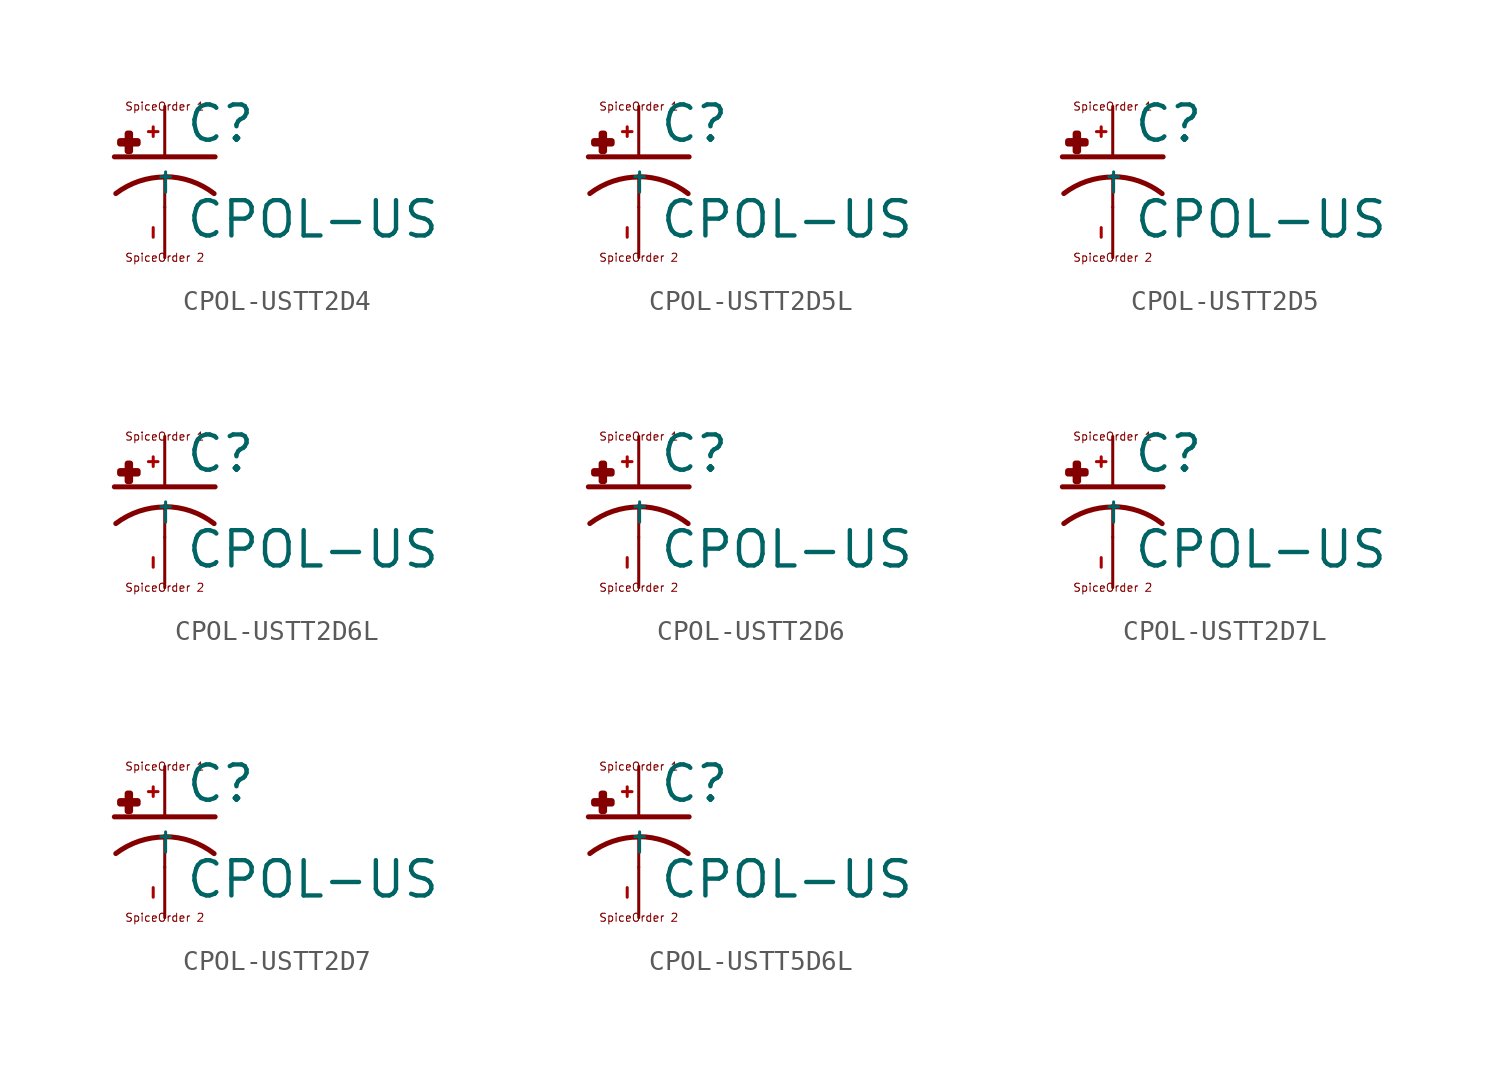
<source format=kicad_sym>
(kicad_symbol_lib
  (version 20220914)
  (generator Eagle2Kicad)
  (symbol "CPOL-USTT2D4"
    (property "Reference" "C"
      (at 1.016 0.635 0)
      (effects (font (size 1.778 1.778) (thickness 0.22)) (justify left bottom)))
    (property "Value" "CPOL-US"
      (at 1.016 -4.191 0)
      (effects (font (size 1.778 1.778) (thickness 0.22)) (justify left bottom)))
    (polyline
      (pts (xy -2.54 0) (xy 2.54 0))
      (stroke (width 0.254) (type default))
      (fill (type none)))
    (polyline
      (pts (xy 0 -1.016) (xy 0 -2.54))
      (stroke (width 0.152) (type default))
      (fill (type none)))
    (arc
      (start 2.4892 -1.8542)
      (mid 1.316 -1.220)
      (end 0 -1)
      (stroke (width 0.254) (type default))
      (fill (type none)))
    (arc
      (start 0 -1.0161)
      (mid -1.302 -1.230)
      (end -2.4669 -1.8504)
      (stroke (width 0.254) (type default))
      (fill (type none)))
    (text "SpiceOrder 1"
      (at 0 2.54 0)
      (effects (font (size 0.406 0.406) (thickness 0.05))))
    (text "SpiceOrder 2"
      (at 0 -5.08 0)
      (effects (font (size 0.406 0.406) (thickness 0.05))))
    (rectangle
      (start -2.253 0.668)
      (end -1.364 0.795)
      (stroke (width 0.3) (type default))
      (fill (type outline)))
    (rectangle
      (start -1.872 0.287)
      (end -1.745 1.176)
      (stroke (width 0.3) (type default))
      (fill (type outline)))
    (pin passive line
      (at 0 2.54 270)
      (length 2.54)
      (name "+" (effects (font (size 0.635 0.635) (thickness 0.08)) (justify left bottom)))
      (number "+" (effects (font (size 0.635 0.635) (thickness 0.08)) (justify left bottom))))
    (pin passive line
      (at 0 -5.08 90)
      (length 2.54)
      (name "-" (effects (font (size 0.635 0.635) (thickness 0.08)) (justify left bottom)))
      (number "-" (effects (font (size 0.635 0.635) (thickness 0.08)) (justify left bottom)))))
  (symbol "CPOL-USTT2D5L"
    (property "Reference" "C"
      (at 1.016 0.635 0)
      (effects (font (size 1.778 1.778) (thickness 0.22)) (justify left bottom)))
    (property "Value" "CPOL-US"
      (at 1.016 -4.191 0)
      (effects (font (size 1.778 1.778) (thickness 0.22)) (justify left bottom)))
    (polyline
      (pts (xy -2.54 0) (xy 2.54 0))
      (stroke (width 0.254) (type default))
      (fill (type none)))
    (polyline
      (pts (xy 0 -1.016) (xy 0 -2.54))
      (stroke (width 0.152) (type default))
      (fill (type none)))
    (arc
      (start 2.4892 -1.8542)
      (mid 1.316 -1.220)
      (end 0 -1)
      (stroke (width 0.254) (type default))
      (fill (type none)))
    (arc
      (start 0 -1.0161)
      (mid -1.302 -1.230)
      (end -2.4669 -1.8504)
      (stroke (width 0.254) (type default))
      (fill (type none)))
    (text "SpiceOrder 1"
      (at 0 2.54 0)
      (effects (font (size 0.406 0.406) (thickness 0.05))))
    (text "SpiceOrder 2"
      (at 0 -5.08 0)
      (effects (font (size 0.406 0.406) (thickness 0.05))))
    (rectangle
      (start -2.253 0.668)
      (end -1.364 0.795)
      (stroke (width 0.3) (type default))
      (fill (type outline)))
    (rectangle
      (start -1.872 0.287)
      (end -1.745 1.176)
      (stroke (width 0.3) (type default))
      (fill (type outline)))
    (pin passive line
      (at 0 2.54 270)
      (length 2.54)
      (name "+" (effects (font (size 0.635 0.635) (thickness 0.08)) (justify left bottom)))
      (number "+" (effects (font (size 0.635 0.635) (thickness 0.08)) (justify left bottom))))
    (pin passive line
      (at 0 -5.08 90)
      (length 2.54)
      (name "-" (effects (font (size 0.635 0.635) (thickness 0.08)) (justify left bottom)))
      (number "-" (effects (font (size 0.635 0.635) (thickness 0.08)) (justify left bottom)))))
  (symbol "CPOL-USTT2D5"
    (property "Reference" "C"
      (at 1.016 0.635 0)
      (effects (font (size 1.778 1.778) (thickness 0.22)) (justify left bottom)))
    (property "Value" "CPOL-US"
      (at 1.016 -4.191 0)
      (effects (font (size 1.778 1.778) (thickness 0.22)) (justify left bottom)))
    (polyline
      (pts (xy -2.54 0) (xy 2.54 0))
      (stroke (width 0.254) (type default))
      (fill (type none)))
    (polyline
      (pts (xy 0 -1.016) (xy 0 -2.54))
      (stroke (width 0.152) (type default))
      (fill (type none)))
    (arc
      (start 2.4892 -1.8542)
      (mid 1.316 -1.220)
      (end 0 -1)
      (stroke (width 0.254) (type default))
      (fill (type none)))
    (arc
      (start 0 -1.0161)
      (mid -1.302 -1.230)
      (end -2.4669 -1.8504)
      (stroke (width 0.254) (type default))
      (fill (type none)))
    (text "SpiceOrder 1"
      (at 0 2.54 0)
      (effects (font (size 0.406 0.406) (thickness 0.05))))
    (text "SpiceOrder 2"
      (at 0 -5.08 0)
      (effects (font (size 0.406 0.406) (thickness 0.05))))
    (rectangle
      (start -2.253 0.668)
      (end -1.364 0.795)
      (stroke (width 0.3) (type default))
      (fill (type outline)))
    (rectangle
      (start -1.872 0.287)
      (end -1.745 1.176)
      (stroke (width 0.3) (type default))
      (fill (type outline)))
    (pin passive line
      (at 0 2.54 270)
      (length 2.54)
      (name "+" (effects (font (size 0.635 0.635) (thickness 0.08)) (justify left bottom)))
      (number "+" (effects (font (size 0.635 0.635) (thickness 0.08)) (justify left bottom))))
    (pin passive line
      (at 0 -5.08 90)
      (length 2.54)
      (name "-" (effects (font (size 0.635 0.635) (thickness 0.08)) (justify left bottom)))
      (number "-" (effects (font (size 0.635 0.635) (thickness 0.08)) (justify left bottom)))))
  (symbol "CPOL-USTT2D6L"
    (property "Reference" "C"
      (at 1.016 0.635 0)
      (effects (font (size 1.778 1.778) (thickness 0.22)) (justify left bottom)))
    (property "Value" "CPOL-US"
      (at 1.016 -4.191 0)
      (effects (font (size 1.778 1.778) (thickness 0.22)) (justify left bottom)))
    (polyline
      (pts (xy -2.54 0) (xy 2.54 0))
      (stroke (width 0.254) (type default))
      (fill (type none)))
    (polyline
      (pts (xy 0 -1.016) (xy 0 -2.54))
      (stroke (width 0.152) (type default))
      (fill (type none)))
    (arc
      (start 2.4892 -1.8542)
      (mid 1.316 -1.220)
      (end 0 -1)
      (stroke (width 0.254) (type default))
      (fill (type none)))
    (arc
      (start 0 -1.0161)
      (mid -1.302 -1.230)
      (end -2.4669 -1.8504)
      (stroke (width 0.254) (type default))
      (fill (type none)))
    (text "SpiceOrder 1"
      (at 0 2.54 0)
      (effects (font (size 0.406 0.406) (thickness 0.05))))
    (text "SpiceOrder 2"
      (at 0 -5.08 0)
      (effects (font (size 0.406 0.406) (thickness 0.05))))
    (rectangle
      (start -2.253 0.668)
      (end -1.364 0.795)
      (stroke (width 0.3) (type default))
      (fill (type outline)))
    (rectangle
      (start -1.872 0.287)
      (end -1.745 1.176)
      (stroke (width 0.3) (type default))
      (fill (type outline)))
    (pin passive line
      (at 0 2.54 270)
      (length 2.54)
      (name "+" (effects (font (size 0.635 0.635) (thickness 0.08)) (justify left bottom)))
      (number "+" (effects (font (size 0.635 0.635) (thickness 0.08)) (justify left bottom))))
    (pin passive line
      (at 0 -5.08 90)
      (length 2.54)
      (name "-" (effects (font (size 0.635 0.635) (thickness 0.08)) (justify left bottom)))
      (number "-" (effects (font (size 0.635 0.635) (thickness 0.08)) (justify left bottom)))))
  (symbol "CPOL-USTT2D6"
    (property "Reference" "C"
      (at 1.016 0.635 0)
      (effects (font (size 1.778 1.778) (thickness 0.22)) (justify left bottom)))
    (property "Value" "CPOL-US"
      (at 1.016 -4.191 0)
      (effects (font (size 1.778 1.778) (thickness 0.22)) (justify left bottom)))
    (polyline
      (pts (xy -2.54 0) (xy 2.54 0))
      (stroke (width 0.254) (type default))
      (fill (type none)))
    (polyline
      (pts (xy 0 -1.016) (xy 0 -2.54))
      (stroke (width 0.152) (type default))
      (fill (type none)))
    (arc
      (start 2.4892 -1.8542)
      (mid 1.316 -1.220)
      (end 0 -1)
      (stroke (width 0.254) (type default))
      (fill (type none)))
    (arc
      (start 0 -1.0161)
      (mid -1.302 -1.230)
      (end -2.4669 -1.8504)
      (stroke (width 0.254) (type default))
      (fill (type none)))
    (text "SpiceOrder 1"
      (at 0 2.54 0)
      (effects (font (size 0.406 0.406) (thickness 0.05))))
    (text "SpiceOrder 2"
      (at 0 -5.08 0)
      (effects (font (size 0.406 0.406) (thickness 0.05))))
    (rectangle
      (start -2.253 0.668)
      (end -1.364 0.795)
      (stroke (width 0.3) (type default))
      (fill (type outline)))
    (rectangle
      (start -1.872 0.287)
      (end -1.745 1.176)
      (stroke (width 0.3) (type default))
      (fill (type outline)))
    (pin passive line
      (at 0 2.54 270)
      (length 2.54)
      (name "+" (effects (font (size 0.635 0.635) (thickness 0.08)) (justify left bottom)))
      (number "+" (effects (font (size 0.635 0.635) (thickness 0.08)) (justify left bottom))))
    (pin passive line
      (at 0 -5.08 90)
      (length 2.54)
      (name "-" (effects (font (size 0.635 0.635) (thickness 0.08)) (justify left bottom)))
      (number "-" (effects (font (size 0.635 0.635) (thickness 0.08)) (justify left bottom)))))
  (symbol "CPOL-USTT2D7L"
    (property "Reference" "C"
      (at 1.016 0.635 0)
      (effects (font (size 1.778 1.778) (thickness 0.22)) (justify left bottom)))
    (property "Value" "CPOL-US"
      (at 1.016 -4.191 0)
      (effects (font (size 1.778 1.778) (thickness 0.22)) (justify left bottom)))
    (polyline
      (pts (xy -2.54 0) (xy 2.54 0))
      (stroke (width 0.254) (type default))
      (fill (type none)))
    (polyline
      (pts (xy 0 -1.016) (xy 0 -2.54))
      (stroke (width 0.152) (type default))
      (fill (type none)))
    (arc
      (start 2.4892 -1.8542)
      (mid 1.316 -1.220)
      (end 0 -1)
      (stroke (width 0.254) (type default))
      (fill (type none)))
    (arc
      (start 0 -1.0161)
      (mid -1.302 -1.230)
      (end -2.4669 -1.8504)
      (stroke (width 0.254) (type default))
      (fill (type none)))
    (text "SpiceOrder 1"
      (at 0 2.54 0)
      (effects (font (size 0.406 0.406) (thickness 0.05))))
    (text "SpiceOrder 2"
      (at 0 -5.08 0)
      (effects (font (size 0.406 0.406) (thickness 0.05))))
    (rectangle
      (start -2.253 0.668)
      (end -1.364 0.795)
      (stroke (width 0.3) (type default))
      (fill (type outline)))
    (rectangle
      (start -1.872 0.287)
      (end -1.745 1.176)
      (stroke (width 0.3) (type default))
      (fill (type outline)))
    (pin passive line
      (at 0 2.54 270)
      (length 2.54)
      (name "+" (effects (font (size 0.635 0.635) (thickness 0.08)) (justify left bottom)))
      (number "+" (effects (font (size 0.635 0.635) (thickness 0.08)) (justify left bottom))))
    (pin passive line
      (at 0 -5.08 90)
      (length 2.54)
      (name "-" (effects (font (size 0.635 0.635) (thickness 0.08)) (justify left bottom)))
      (number "-" (effects (font (size 0.635 0.635) (thickness 0.08)) (justify left bottom)))))
  (symbol "CPOL-USTT2D7"
    (property "Reference" "C"
      (at 1.016 0.635 0)
      (effects (font (size 1.778 1.778) (thickness 0.22)) (justify left bottom)))
    (property "Value" "CPOL-US"
      (at 1.016 -4.191 0)
      (effects (font (size 1.778 1.778) (thickness 0.22)) (justify left bottom)))
    (polyline
      (pts (xy -2.54 0) (xy 2.54 0))
      (stroke (width 0.254) (type default))
      (fill (type none)))
    (polyline
      (pts (xy 0 -1.016) (xy 0 -2.54))
      (stroke (width 0.152) (type default))
      (fill (type none)))
    (arc
      (start 2.4892 -1.8542)
      (mid 1.316 -1.220)
      (end 0 -1)
      (stroke (width 0.254) (type default))
      (fill (type none)))
    (arc
      (start 0 -1.0161)
      (mid -1.302 -1.230)
      (end -2.4669 -1.8504)
      (stroke (width 0.254) (type default))
      (fill (type none)))
    (text "SpiceOrder 1"
      (at 0 2.54 0)
      (effects (font (size 0.406 0.406) (thickness 0.05))))
    (text "SpiceOrder 2"
      (at 0 -5.08 0)
      (effects (font (size 0.406 0.406) (thickness 0.05))))
    (rectangle
      (start -2.253 0.668)
      (end -1.364 0.795)
      (stroke (width 0.3) (type default))
      (fill (type outline)))
    (rectangle
      (start -1.872 0.287)
      (end -1.745 1.176)
      (stroke (width 0.3) (type default))
      (fill (type outline)))
    (pin passive line
      (at 0 2.54 270)
      (length 2.54)
      (name "+" (effects (font (size 0.635 0.635) (thickness 0.08)) (justify left bottom)))
      (number "+" (effects (font (size 0.635 0.635) (thickness 0.08)) (justify left bottom))))
    (pin passive line
      (at 0 -5.08 90)
      (length 2.54)
      (name "-" (effects (font (size 0.635 0.635) (thickness 0.08)) (justify left bottom)))
      (number "-" (effects (font (size 0.635 0.635) (thickness 0.08)) (justify left bottom)))))
  (symbol "CPOL-USTT5D6L"
    (property "Reference" "C"
      (at 1.016 0.635 0)
      (effects (font (size 1.778 1.778) (thickness 0.22)) (justify left bottom)))
    (property "Value" "CPOL-US"
      (at 1.016 -4.191 0)
      (effects (font (size 1.778 1.778) (thickness 0.22)) (justify left bottom)))
    (polyline
      (pts (xy -2.54 0) (xy 2.54 0))
      (stroke (width 0.254) (type default))
      (fill (type none)))
    (polyline
      (pts (xy 0 -1.016) (xy 0 -2.54))
      (stroke (width 0.152) (type default))
      (fill (type none)))
    (arc
      (start 2.4892 -1.8542)
      (mid 1.316 -1.220)
      (end 0 -1)
      (stroke (width 0.254) (type default))
      (fill (type none)))
    (arc
      (start 0 -1.0161)
      (mid -1.302 -1.230)
      (end -2.4669 -1.8504)
      (stroke (width 0.254) (type default))
      (fill (type none)))
    (text "SpiceOrder 1"
      (at 0 2.54 0)
      (effects (font (size 0.406 0.406) (thickness 0.05))))
    (text "SpiceOrder 2"
      (at 0 -5.08 0)
      (effects (font (size 0.406 0.406) (thickness 0.05))))
    (rectangle
      (start -2.253 0.668)
      (end -1.364 0.795)
      (stroke (width 0.3) (type default))
      (fill (type outline)))
    (rectangle
      (start -1.872 0.287)
      (end -1.745 1.176)
      (stroke (width 0.3) (type default))
      (fill (type outline)))
    (pin passive line
      (at 0 2.54 270)
      (length 2.54)
      (name "+" (effects (font (size 0.635 0.635) (thickness 0.08)) (justify left bottom)))
      (number "+" (effects (font (size 0.635 0.635) (thickness 0.08)) (justify left bottom))))
    (pin passive line
      (at 0 -5.08 90)
      (length 2.54)
      (name "-" (effects (font (size 0.635 0.635) (thickness 0.08)) (justify left bottom)))
      (number "-" (effects (font (size 0.635 0.635) (thickness 0.08)) (justify left bottom))))))
</source>
